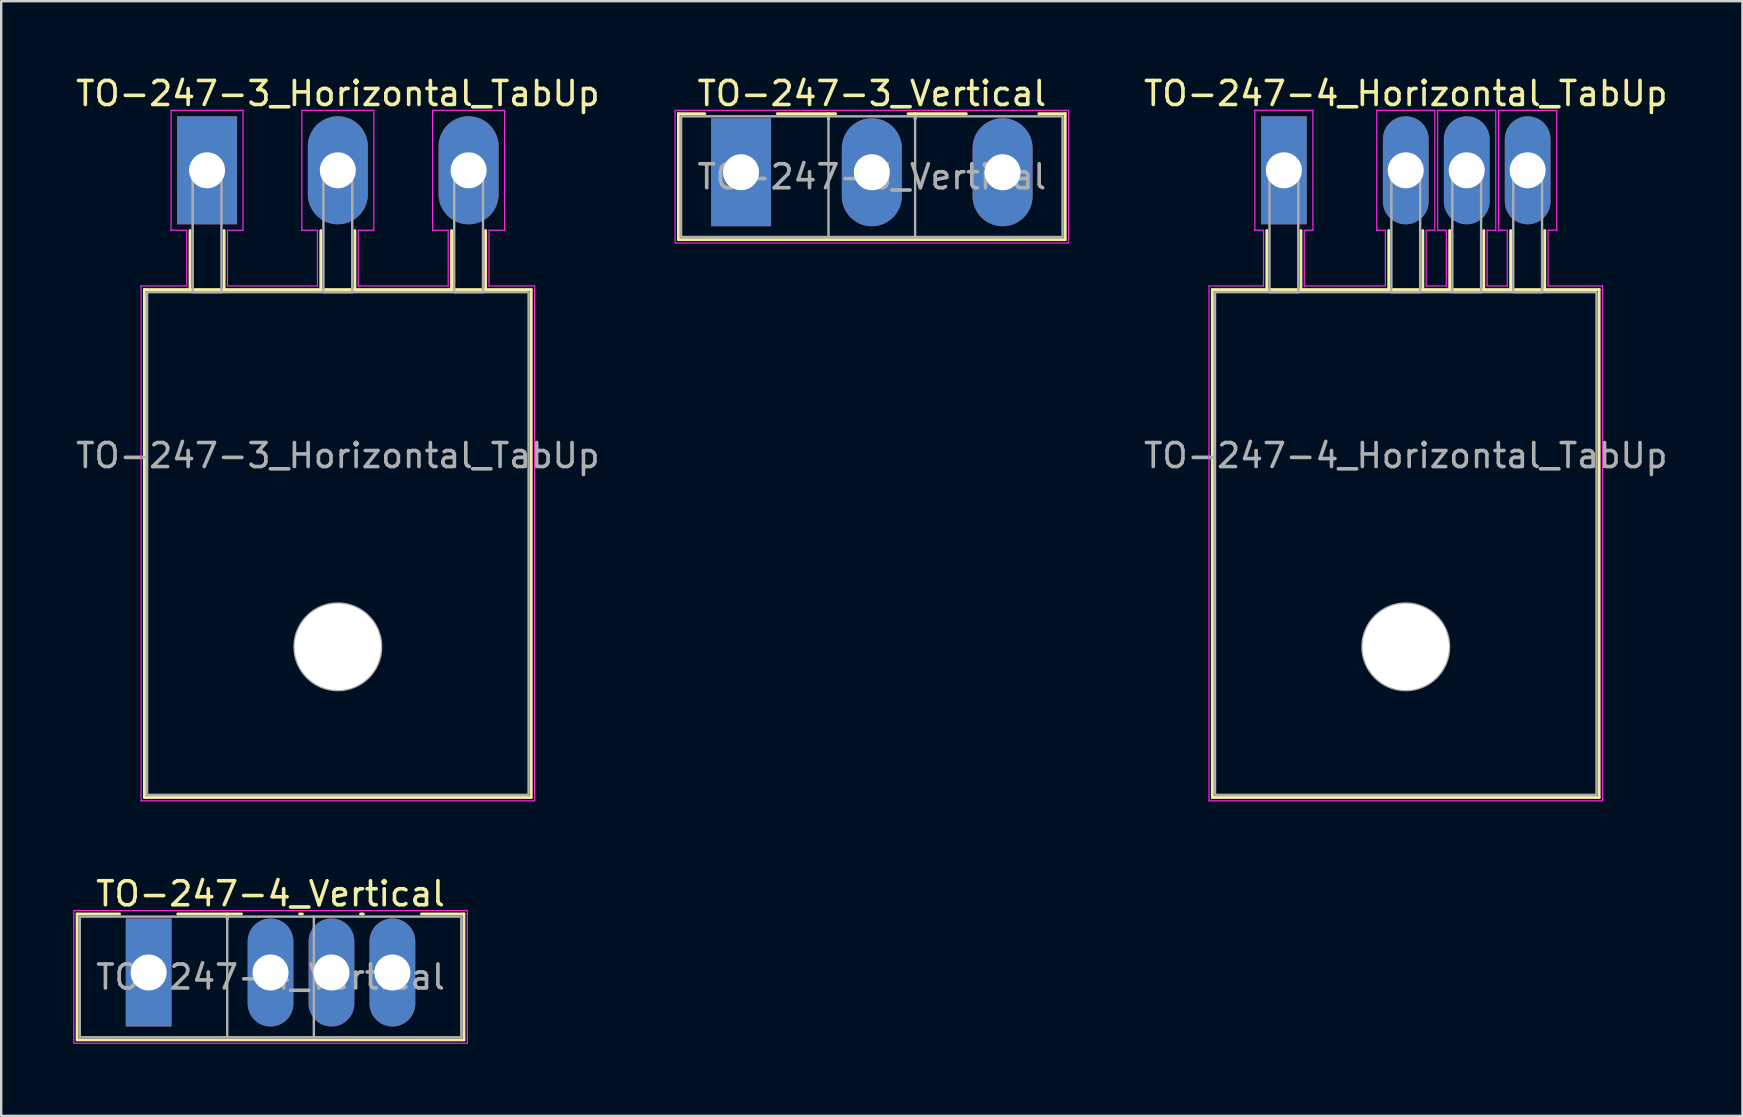
<source format=kicad_pcb>
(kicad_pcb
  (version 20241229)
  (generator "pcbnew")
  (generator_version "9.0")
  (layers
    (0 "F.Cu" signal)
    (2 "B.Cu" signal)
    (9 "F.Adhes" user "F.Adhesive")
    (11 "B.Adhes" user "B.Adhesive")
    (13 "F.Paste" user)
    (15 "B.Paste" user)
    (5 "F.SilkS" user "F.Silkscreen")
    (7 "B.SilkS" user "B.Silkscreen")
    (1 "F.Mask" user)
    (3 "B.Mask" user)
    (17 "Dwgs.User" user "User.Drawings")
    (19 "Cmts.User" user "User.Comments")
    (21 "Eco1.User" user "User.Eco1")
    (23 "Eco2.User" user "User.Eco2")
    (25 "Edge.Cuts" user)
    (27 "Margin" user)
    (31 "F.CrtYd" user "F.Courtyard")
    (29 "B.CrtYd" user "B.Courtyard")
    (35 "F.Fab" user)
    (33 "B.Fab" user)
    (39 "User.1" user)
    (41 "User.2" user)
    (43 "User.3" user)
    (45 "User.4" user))
  (footprint "TO-247-4_Horizontal_TabUp"
    (layer "F.Cu")
    (at 50.459 4.048)
    (property "Reference" "TO-247-4_Horizontal_TabUp" (at 5.08 -3.2 0) (layer "F.SilkS") (effects (font (size 1 1) (thickness 0.15))))
    (attr through_hole)
    (fp_line (start -2.98 4.97) (end -2.98 26.14) (stroke (width 0.12) (type solid)) (layer "F.SilkS"))
    (fp_line (start -2.98 4.97) (end 13.14 4.97) (stroke (width 0.12) (type solid)) (layer "F.SilkS"))
    (fp_line (start -2.98 26.14) (end 13.14 26.14) (stroke (width 0.12) (type solid)) (layer "F.SilkS"))
    (fp_line (start -0.71 4.97) (end -0.71 2.51) (stroke (width 0.12) (type solid)) (layer "F.SilkS"))
    (fp_line (start 0.71 4.97) (end 0.71 2.51) (stroke (width 0.12) (type solid)) (layer "F.SilkS"))
    (fp_line (start 4.37 4.97) (end 4.37 2.51) (stroke (width 0.12) (type solid)) (layer "F.SilkS"))
    (fp_line (start 5.79 4.97) (end 5.79 2.51) (stroke (width 0.12) (type solid)) (layer "F.SilkS"))
    (fp_line (start 6.91 4.97) (end 6.91 2.51) (stroke (width 0.12) (type solid)) (layer "F.SilkS"))
    (fp_line (start 8.33 4.97) (end 8.33 2.51) (stroke (width 0.12) (type solid)) (layer "F.SilkS"))
    (fp_line (start 9.45 4.97) (end 9.45 2.51) (stroke (width 0.12) (type solid)) (layer "F.SilkS"))
    (fp_line (start 10.87 4.97) (end 10.87 2.51) (stroke (width 0.12) (type solid)) (layer "F.SilkS"))
    (fp_line (start 13.14 4.97) (end 13.14 26.14) (stroke (width 0.12) (type solid)) (layer "F.SilkS"))
    (fp_line (start -3.12 4.82) (end -0.85 4.82) (stroke (width 0.05) (type solid)) (layer "F.CrtYd"))
    (fp_line (start -3.12 26.28) (end -3.12 4.82) (stroke (width 0.05) (type solid)) (layer "F.CrtYd"))
    (fp_line (start -1.21 -2.5) (end 1.21 -2.5) (stroke (width 0.05) (type solid)) (layer "F.CrtYd"))
    (fp_line (start -1.21 2.5) (end -1.21 -2.5) (stroke (width 0.05) (type solid)) (layer "F.CrtYd"))
    (fp_line (start -0.85 2.5) (end -1.21 2.5) (stroke (width 0.05) (type solid)) (layer "F.CrtYd"))
    (fp_line (start -0.85 4.82) (end -0.85 2.5) (stroke (width 0.05) (type solid)) (layer "F.CrtYd"))
    (fp_line (start 0.85 2.5) (end 0.85 4.82) (stroke (width 0.05) (type solid)) (layer "F.CrtYd"))
    (fp_line (start 0.85 4.82) (end 4.23 4.82) (stroke (width 0.05) (type solid)) (layer "F.CrtYd"))
    (fp_line (start 1.21 -2.5) (end 1.21 2.5) (stroke (width 0.05) (type solid)) (layer "F.CrtYd"))
    (fp_line (start 1.21 2.5) (end 0.85 2.5) (stroke (width 0.05) (type solid)) (layer "F.CrtYd"))
    (fp_line (start 3.87 -2.5) (end 6.29 -2.5) (stroke (width 0.05) (type solid)) (layer "F.CrtYd"))
    (fp_line (start 3.87 2.5) (end 3.87 -2.5) (stroke (width 0.05) (type solid)) (layer "F.CrtYd"))
    (fp_line (start 4.23 2.5) (end 3.87 2.5) (stroke (width 0.05) (type solid)) (layer "F.CrtYd"))
    (fp_line (start 4.23 4.82) (end 4.23 2.5) (stroke (width 0.05) (type solid)) (layer "F.CrtYd"))
    (fp_line (start 5.93 2.5) (end 5.93 4.82) (stroke (width 0.05) (type solid)) (layer "F.CrtYd"))
    (fp_line (start 5.93 4.82) (end 6.77 4.82) (stroke (width 0.05) (type solid)) (layer "F.CrtYd"))
    (fp_line (start 6.29 -2.5) (end 6.29 2.5) (stroke (width 0.05) (type solid)) (layer "F.CrtYd"))
    (fp_line (start 6.29 2.5) (end 5.93 2.5) (stroke (width 0.05) (type solid)) (layer "F.CrtYd"))
    (fp_line (start 6.41 -2.5) (end 8.83 -2.5) (stroke (width 0.05) (type solid)) (layer "F.CrtYd"))
    (fp_line (start 6.41 2.5) (end 6.41 -2.5) (stroke (width 0.05) (type solid)) (layer "F.CrtYd"))
    (fp_line (start 6.77 2.5) (end 6.41 2.5) (stroke (width 0.05) (type solid)) (layer "F.CrtYd"))
    (fp_line (start 6.77 4.82) (end 6.77 2.5) (stroke (width 0.05) (type solid)) (layer "F.CrtYd"))
    (fp_line (start 8.47 2.5) (end 8.47 4.82) (stroke (width 0.05) (type solid)) (layer "F.CrtYd"))
    (fp_line (start 8.47 4.82) (end 9.31 4.82) (stroke (width 0.05) (type solid)) (layer "F.CrtYd"))
    (fp_line (start 8.83 -2.5) (end 8.83 2.5) (stroke (width 0.05) (type solid)) (layer "F.CrtYd"))
    (fp_line (start 8.83 2.5) (end 8.47 2.5) (stroke (width 0.05) (type solid)) (layer "F.CrtYd"))
    (fp_line (start 8.95 -2.5) (end 11.37 -2.5) (stroke (width 0.05) (type solid)) (layer "F.CrtYd"))
    (fp_line (start 8.95 2.5) (end 8.95 -2.5) (stroke (width 0.05) (type solid)) (layer "F.CrtYd"))
    (fp_line (start 9.31 2.5) (end 8.95 2.5) (stroke (width 0.05) (type solid)) (layer "F.CrtYd"))
    (fp_line (start 9.31 4.82) (end 9.31 2.5) (stroke (width 0.05) (type solid)) (layer "F.CrtYd"))
    (fp_line (start 11.01 2.5) (end 11.01 4.82) (stroke (width 0.05) (type solid)) (layer "F.CrtYd"))
    (fp_line (start 11.01 4.82) (end 13.28 4.82) (stroke (width 0.05) (type solid)) (layer "F.CrtYd"))
    (fp_line (start 11.37 -2.5) (end 11.37 2.5) (stroke (width 0.05) (type solid)) (layer "F.CrtYd"))
    (fp_line (start 11.37 2.5) (end 11.01 2.5) (stroke (width 0.05) (type solid)) (layer "F.CrtYd"))
    (fp_line (start 13.28 4.82) (end 13.28 26.28) (stroke (width 0.05) (type solid)) (layer "F.CrtYd"))
    (fp_line (start 13.28 26.28) (end -3.12 26.28) (stroke (width 0.05) (type solid)) (layer "F.CrtYd"))
    (fp_rect (start -2.87 5.08) (end 13.03 26.03) (stroke (width 0.1) (type solid)) (fill no) (layer "F.Fab"))
    (fp_rect (start -0.6 0) (end 0.6 5.08) (stroke (width 0.1) (type solid)) (fill no) (layer "F.Fab"))
    (fp_rect (start 4.48 0) (end 5.68 5.08) (stroke (width 0.1) (type solid)) (fill no) (layer "F.Fab"))
    (fp_rect (start 7.02 0) (end 8.22 5.08) (stroke (width 0.1) (type solid)) (fill no) (layer "F.Fab"))
    (fp_rect (start 9.56 0) (end 10.76 5.08) (stroke (width 0.1) (type solid)) (fill no) (layer "F.Fab"))
    (fp_circle (center 5.08 19.86) (end 6.885 19.86) (stroke (width 0.1) (type solid)) (fill no) (layer "F.Fab"))
    (fp_text user "${REFERENCE}" (at 5.08 11.89 0) (layer "F.Fab") (effects (font (size 1 1) (thickness 0.15))))
    (pad "" np_thru_hole circle (at 5.08 19.86) (size 3.6 3.6) (drill 3.6) (layers "*.Cu" "*.Mask"))
    (pad "1" thru_hole rect (at 0 0) (size 1.905 4.5) (drill 1.5) (layers "*.Cu" "*.Mask"))
    (pad "2" thru_hole oval (at 5.08 0) (size 1.905 4.5) (drill 1.5) (layers "*.Cu" "*.Mask"))
    (pad "3" thru_hole oval (at 7.62 0) (size 1.905 4.5) (drill 1.5) (layers "*.Cu" "*.Mask"))
    (pad "4" thru_hole oval (at 10.16 0) (size 1.905 4.5) (drill 1.5) (layers "*.Cu" "*.Mask")))
  (footprint "TO-247-4_Vertical"
    (layer "F.Cu")
    (at 3.145 37.481)
    (property "Reference" "TO-247-4_Vertical" (at 5.08 -3.28 0) (layer "F.SilkS") (effects (font (size 1 1) (thickness 0.15))))
    (attr through_hole)
    (fp_line (start -2.98 -2.44) (end -1.212 -2.44) (stroke (width 0.12) (type solid)) (layer "F.SilkS"))
    (fp_line (start -2.98 2.81) (end -2.98 -2.44) (stroke (width 0.12) (type solid)) (layer "F.SilkS"))
    (fp_line (start 1.212 -2.44) (end 3.868 -2.44) (stroke (width 0.12) (type solid)) (layer "F.SilkS"))
    (fp_line (start 3.275 -2.44) (end 3.275 -2.22) (stroke (width 0.12) (type solid)) (layer "F.SilkS"))
    (fp_line (start 6.292 -2.44) (end 6.407 -2.44) (stroke (width 0.12) (type solid)) (layer "F.SilkS"))
    (fp_line (start 8.832 -2.44) (end 8.948 -2.44) (stroke (width 0.12) (type solid)) (layer "F.SilkS"))
    (fp_line (start 11.372 -2.44) (end 13.14 -2.44) (stroke (width 0.12) (type solid)) (layer "F.SilkS"))
    (fp_line (start 13.14 -2.44) (end 13.14 2.81) (stroke (width 0.12) (type solid)) (layer "F.SilkS"))
    (fp_line (start 13.14 2.81) (end -2.98 2.81) (stroke (width 0.12) (type solid)) (layer "F.SilkS"))
    (fp_rect (start -3.12 -2.58) (end 13.28 2.95) (stroke (width 0.05) (type solid)) (fill no) (layer "F.CrtYd"))
    (fp_line (start 3.275 -2.33) (end 3.275 2.7) (stroke (width 0.1) (type solid)) (layer "F.Fab"))
    (fp_line (start 6.885 -2.33) (end 6.885 2.7) (stroke (width 0.1) (type solid)) (layer "F.Fab"))
    (fp_rect (start -2.87 -2.33) (end 13.03 2.7) (stroke (width 0.1) (type solid)) (fill no) (layer "F.Fab"))
    (fp_text user "${REFERENCE}" (at 5.08 0.19 0) (layer "F.Fab") (effects (font (size 1 1) (thickness 0.15))))
    (pad "1" thru_hole rect (at 0 0) (size 1.905 4.5) (drill 1.5) (layers "*.Cu" "*.Mask"))
    (pad "2" thru_hole oval (at 5.08 0) (size 1.905 4.5) (drill 1.5) (layers "*.Cu" "*.Mask"))
    (pad "3" thru_hole oval (at 7.62 0) (size 1.905 4.5) (drill 1.5) (layers "*.Cu" "*.Mask"))
    (pad "4" thru_hole oval (at 10.16 0) (size 1.905 4.5) (drill 1.5) (layers "*.Cu" "*.Mask")))
  (footprint "TO-247-3_Vertical"
    (layer "F.Cu")
    (at 27.835 4.128)
    (property "Reference" "TO-247-3_Vertical" (at 5.45 -3.28 0) (layer "F.SilkS") (effects (font (size 1 1) (thickness 0.15))))
    (attr through_hole)
    (fp_line (start -2.61 -2.44) (end -1.51 -2.44) (stroke (width 0.12) (type solid)) (layer "F.SilkS"))
    (fp_line (start -2.61 2.81) (end -2.61 -2.44) (stroke (width 0.12) (type solid)) (layer "F.SilkS"))
    (fp_line (start 1.51 -2.44) (end 3.94 -2.44) (stroke (width 0.12) (type solid)) (layer "F.SilkS"))
    (fp_line (start 3.645 -2.44) (end 3.645 -2.22) (stroke (width 0.12) (type solid)) (layer "F.SilkS"))
    (fp_line (start 6.96 -2.44) (end 9.39 -2.44) (stroke (width 0.12) (type solid)) (layer "F.SilkS"))
    (fp_line (start 7.255 -2.44) (end 7.255 -2.22) (stroke (width 0.12) (type solid)) (layer "F.SilkS"))
    (fp_line (start 12.41 -2.44) (end 13.51 -2.44) (stroke (width 0.12) (type solid)) (layer "F.SilkS"))
    (fp_line (start 13.51 -2.44) (end 13.51 2.81) (stroke (width 0.12) (type solid)) (layer "F.SilkS"))
    (fp_line (start 13.51 2.81) (end -2.61 2.81) (stroke (width 0.12) (type solid)) (layer "F.SilkS"))
    (fp_rect (start -2.75 -2.58) (end 13.65 2.95) (stroke (width 0.05) (type solid)) (fill no) (layer "F.CrtYd"))
    (fp_line (start 3.645 -2.33) (end 3.645 2.7) (stroke (width 0.1) (type solid)) (layer "F.Fab"))
    (fp_line (start 7.255 -2.33) (end 7.255 2.7) (stroke (width 0.1) (type solid)) (layer "F.Fab"))
    (fp_rect (start -2.5 -2.33) (end 13.4 2.7) (stroke (width 0.1) (type solid)) (fill no) (layer "F.Fab"))
    (fp_text user "${REFERENCE}" (at 5.45 0.19 0) (layer "F.Fab") (effects (font (size 1 1) (thickness 0.15))))
    (pad "1" thru_hole rect (at 0 0) (size 2.5 4.5) (drill 1.5) (layers "*.Cu" "*.Mask"))
    (pad "2" thru_hole oval (at 5.45 0) (size 2.5 4.5) (drill 1.5) (layers "*.Cu" "*.Mask"))
    (pad "3" thru_hole oval (at 10.9 0) (size 2.5 4.5) (drill 1.5) (layers "*.Cu" "*.Mask")))
  (footprint "TO-247-3_Horizontal_TabUp"
    (layer "F.Cu")
    (at 5.58 4.048)
    (property "Reference" "TO-247-3_Horizontal_TabUp" (at 5.45 -3.2 0) (layer "F.SilkS") (effects (font (size 1 1) (thickness 0.15))))
    (attr through_hole)
    (fp_line (start -2.61 4.97) (end -2.61 26.14) (stroke (width 0.12) (type solid)) (layer "F.SilkS"))
    (fp_line (start -2.61 4.97) (end 13.51 4.97) (stroke (width 0.12) (type solid)) (layer "F.SilkS"))
    (fp_line (start -2.61 26.14) (end 13.51 26.14) (stroke (width 0.12) (type solid)) (layer "F.SilkS"))
    (fp_line (start -0.71 4.97) (end -0.71 2.51) (stroke (width 0.12) (type solid)) (layer "F.SilkS"))
    (fp_line (start 0.71 4.97) (end 0.71 2.51) (stroke (width 0.12) (type solid)) (layer "F.SilkS"))
    (fp_line (start 4.74 4.97) (end 4.74 2.51) (stroke (width 0.12) (type solid)) (layer "F.SilkS"))
    (fp_line (start 6.16 4.97) (end 6.16 2.51) (stroke (width 0.12) (type solid)) (layer "F.SilkS"))
    (fp_line (start 10.19 4.97) (end 10.19 2.51) (stroke (width 0.12) (type solid)) (layer "F.SilkS"))
    (fp_line (start 11.61 4.97) (end 11.61 2.51) (stroke (width 0.12) (type solid)) (layer "F.SilkS"))
    (fp_line (start 13.51 4.97) (end 13.51 26.14) (stroke (width 0.12) (type solid)) (layer "F.SilkS"))
    (fp_line (start -2.75 4.82) (end -0.85 4.82) (stroke (width 0.05) (type solid)) (layer "F.CrtYd"))
    (fp_line (start -2.75 26.28) (end -2.75 4.82) (stroke (width 0.05) (type solid)) (layer "F.CrtYd"))
    (fp_line (start -1.5 -2.5) (end 1.5 -2.5) (stroke (width 0.05) (type solid)) (layer "F.CrtYd"))
    (fp_line (start -1.5 2.5) (end -1.5 -2.5) (stroke (width 0.05) (type solid)) (layer "F.CrtYd"))
    (fp_line (start -0.85 2.5) (end -1.5 2.5) (stroke (width 0.05) (type solid)) (layer "F.CrtYd"))
    (fp_line (start -0.85 4.82) (end -0.85 2.5) (stroke (width 0.05) (type solid)) (layer "F.CrtYd"))
    (fp_line (start 0.85 2.5) (end 0.85 4.82) (stroke (width 0.05) (type solid)) (layer "F.CrtYd"))
    (fp_line (start 0.85 4.82) (end 4.6 4.82) (stroke (width 0.05) (type solid)) (layer "F.CrtYd"))
    (fp_line (start 1.5 -2.5) (end 1.5 2.5) (stroke (width 0.05) (type solid)) (layer "F.CrtYd"))
    (fp_line (start 1.5 2.5) (end 0.85 2.5) (stroke (width 0.05) (type solid)) (layer "F.CrtYd"))
    (fp_line (start 3.95 -2.5) (end 6.95 -2.5) (stroke (width 0.05) (type solid)) (layer "F.CrtYd"))
    (fp_line (start 3.95 2.5) (end 3.95 -2.5) (stroke (width 0.05) (type solid)) (layer "F.CrtYd"))
    (fp_line (start 4.6 2.5) (end 3.95 2.5) (stroke (width 0.05) (type solid)) (layer "F.CrtYd"))
    (fp_line (start 4.6 4.82) (end 4.6 2.5) (stroke (width 0.05) (type solid)) (layer "F.CrtYd"))
    (fp_line (start 6.3 2.5) (end 6.3 4.82) (stroke (width 0.05) (type solid)) (layer "F.CrtYd"))
    (fp_line (start 6.3 4.82) (end 10.05 4.82) (stroke (width 0.05) (type solid)) (layer "F.CrtYd"))
    (fp_line (start 6.95 -2.5) (end 6.95 2.5) (stroke (width 0.05) (type solid)) (layer "F.CrtYd"))
    (fp_line (start 6.95 2.5) (end 6.3 2.5) (stroke (width 0.05) (type solid)) (layer "F.CrtYd"))
    (fp_line (start 9.4 -2.5) (end 12.4 -2.5) (stroke (width 0.05) (type solid)) (layer "F.CrtYd"))
    (fp_line (start 9.4 2.5) (end 9.4 -2.5) (stroke (width 0.05) (type solid)) (layer "F.CrtYd"))
    (fp_line (start 10.05 2.5) (end 9.4 2.5) (stroke (width 0.05) (type solid)) (layer "F.CrtYd"))
    (fp_line (start 10.05 4.82) (end 10.05 2.5) (stroke (width 0.05) (type solid)) (layer "F.CrtYd"))
    (fp_line (start 11.75 2.5) (end 11.75 4.82) (stroke (width 0.05) (type solid)) (layer "F.CrtYd"))
    (fp_line (start 11.75 4.82) (end 13.65 4.82) (stroke (width 0.05) (type solid)) (layer "F.CrtYd"))
    (fp_line (start 12.4 -2.5) (end 12.4 2.5) (stroke (width 0.05) (type solid)) (layer "F.CrtYd"))
    (fp_line (start 12.4 2.5) (end 11.75 2.5) (stroke (width 0.05) (type solid)) (layer "F.CrtYd"))
    (fp_line (start 13.65 4.82) (end 13.65 26.28) (stroke (width 0.05) (type solid)) (layer "F.CrtYd"))
    (fp_line (start 13.65 26.28) (end -2.75 26.28) (stroke (width 0.05) (type solid)) (layer "F.CrtYd"))
    (fp_rect (start -2.5 5.08) (end 13.4 26.03) (stroke (width 0.1) (type solid)) (fill no) (layer "F.Fab"))
    (fp_rect (start -0.6 0) (end 0.6 5.08) (stroke (width 0.1) (type solid)) (fill no) (layer "F.Fab"))
    (fp_rect (start 4.85 0) (end 6.05 5.08) (stroke (width 0.1) (type solid)) (fill no) (layer "F.Fab"))
    (fp_rect (start 10.3 0) (end 11.5 5.08) (stroke (width 0.1) (type solid)) (fill no) (layer "F.Fab"))
    (fp_circle (center 5.45 19.86) (end 7.255 19.86) (stroke (width 0.1) (type solid)) (fill no) (layer "F.Fab"))
    (fp_text user "${REFERENCE}" (at 5.45 11.89 0) (layer "F.Fab") (effects (font (size 1 1) (thickness 0.15))))
    (pad "" np_thru_hole circle (at 5.45 19.86) (size 3.6 3.6) (drill 3.6) (layers "*.Cu" "*.Mask"))
    (pad "1" thru_hole rect (at 0 0) (size 2.5 4.5) (drill 1.5) (layers "*.Cu" "*.Mask"))
    (pad "2" thru_hole oval (at 5.45 0) (size 2.5 4.5) (drill 1.5) (layers "*.Cu" "*.Mask"))
    (pad "3" thru_hole oval (at 10.9 0) (size 2.5 4.5) (drill 1.5) (layers "*.Cu" "*.Mask")))
  (gr_rect
    (start -3 -3)
    (end 69.569 43.456)
    (stroke (width 0.1) (type default))
    (fill no)
    (layer "Edge.Cuts")))
</source>
